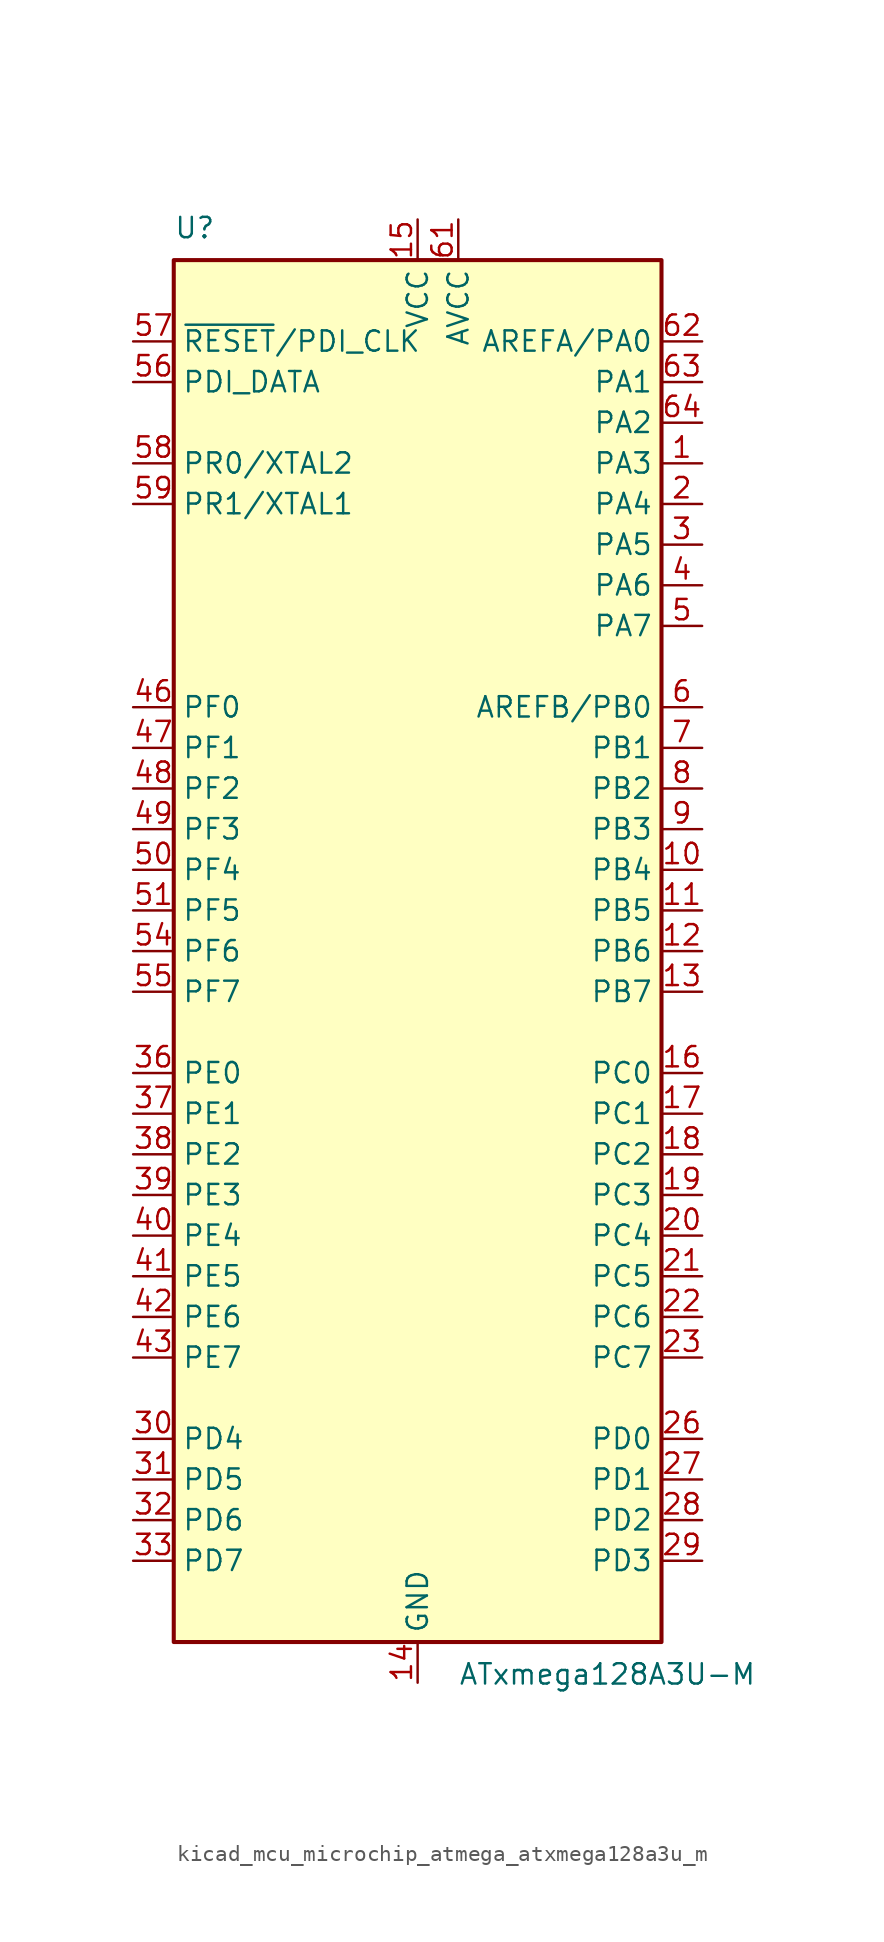
<source format=kicad_sym>
(kicad_symbol_lib
  (version 20220914)
  (generator kicad_symbol_editor)
  (symbol "kicad_mcu_microchip_atmega_atxmega128a3u_m"
    (property "Reference" "U"
      (at -15.24 44.45 0)
      (effects (font (size 1.27 1.27)) (justify left bottom)))
    (property "Value" "ATxmega128A3U-M"
      (at 2.54 -44.45 0)
      (effects (font (size 1.27 1.27)) (justify left top)))
    (symbol "kicad_mcu_microchip_atmega_atxmega128a3u_m_0_1"
      (rectangle (start -15.24 -43.18) (end 15.24 43.18) (stroke (width 0.254) (type default)) (fill (type background))))
    (symbol "kicad_mcu_microchip_atmega_atxmega128a3u_m_1_1"
      (pin bidirectional line (at 17.78 30.48 180) (length 2.54) (name "PA3" (effects (font (size 1.27 1.27)))) (number "1" (effects (font (size 1.27 1.27)))))
      (pin bidirectional line (at 17.78 5.08 180) (length 2.54) (name "PB4" (effects (font (size 1.27 1.27)))) (number "10" (effects (font (size 1.27 1.27)))))
      (pin bidirectional line (at 17.78 2.54 180) (length 2.54) (name "PB5" (effects (font (size 1.27 1.27)))) (number "11" (effects (font (size 1.27 1.27)))))
      (pin bidirectional line (at 17.78 0 180) (length 2.54) (name "PB6" (effects (font (size 1.27 1.27)))) (number "12" (effects (font (size 1.27 1.27)))))
      (pin bidirectional line (at 17.78 -2.54 180) (length 2.54) (name "PB7" (effects (font (size 1.27 1.27)))) (number "13" (effects (font (size 1.27 1.27)))))
      (pin power_in line (at 0 -45.72 90) (length 2.54) (name "GND" (effects (font (size 1.27 1.27)))) (number "14" (effects (font (size 1.27 1.27)))))
      (pin power_in line (at 0 45.72 270) (length 2.54) (name "VCC" (effects (font (size 1.27 1.27)))) (number "15" (effects (font (size 1.27 1.27)))))
      (pin bidirectional line (at 17.78 -7.62 180) (length 2.54) (name "PC0" (effects (font (size 1.27 1.27)))) (number "16" (effects (font (size 1.27 1.27)))))
      (pin bidirectional line (at 17.78 -10.16 180) (length 2.54) (name "PC1" (effects (font (size 1.27 1.27)))) (number "17" (effects (font (size 1.27 1.27)))))
      (pin bidirectional line (at 17.78 -12.7 180) (length 2.54) (name "PC2" (effects (font (size 1.27 1.27)))) (number "18" (effects (font (size 1.27 1.27)))))
      (pin bidirectional line (at 17.78 -15.24 180) (length 2.54) (name "PC3" (effects (font (size 1.27 1.27)))) (number "19" (effects (font (size 1.27 1.27)))))
      (pin bidirectional line (at 17.78 27.94 180) (length 2.54) (name "PA4" (effects (font (size 1.27 1.27)))) (number "2" (effects (font (size 1.27 1.27)))))
      (pin bidirectional line (at 17.78 -17.78 180) (length 2.54) (name "PC4" (effects (font (size 1.27 1.27)))) (number "20" (effects (font (size 1.27 1.27)))))
      (pin bidirectional line (at 17.78 -20.32 180) (length 2.54) (name "PC5" (effects (font (size 1.27 1.27)))) (number "21" (effects (font (size 1.27 1.27)))))
      (pin bidirectional line (at 17.78 -22.86 180) (length 2.54) (name "PC6" (effects (font (size 1.27 1.27)))) (number "22" (effects (font (size 1.27 1.27)))))
      (pin bidirectional line (at 17.78 -25.4 180) (length 2.54) (name "PC7" (effects (font (size 1.27 1.27)))) (number "23" (effects (font (size 1.27 1.27)))))
      (pin passive line (at 0 -45.72 90) (length 2.54) hide (name "GND" (effects (font (size 1.27 1.27)))) (number "24" (effects (font (size 1.27 1.27)))))
      (pin passive line (at 0 45.72 270) (length 2.54) hide (name "VCC" (effects (font (size 1.27 1.27)))) (number "25" (effects (font (size 1.27 1.27)))))
      (pin bidirectional line (at 17.78 -30.48 180) (length 2.54) (name "PD0" (effects (font (size 1.27 1.27)))) (number "26" (effects (font (size 1.27 1.27)))))
      (pin bidirectional line (at 17.78 -33.02 180) (length 2.54) (name "PD1" (effects (font (size 1.27 1.27)))) (number "27" (effects (font (size 1.27 1.27)))))
      (pin bidirectional line (at 17.78 -35.56 180) (length 2.54) (name "PD2" (effects (font (size 1.27 1.27)))) (number "28" (effects (font (size 1.27 1.27)))))
      (pin bidirectional line (at 17.78 -38.1 180) (length 2.54) (name "PD3" (effects (font (size 1.27 1.27)))) (number "29" (effects (font (size 1.27 1.27)))))
      (pin bidirectional line (at 17.78 25.4 180) (length 2.54) (name "PA5" (effects (font (size 1.27 1.27)))) (number "3" (effects (font (size 1.27 1.27)))))
      (pin bidirectional line (at -17.78 -30.48 0) (length 2.54) (name "PD4" (effects (font (size 1.27 1.27)))) (number "30" (effects (font (size 1.27 1.27)))))
      (pin bidirectional line (at -17.78 -33.02 0) (length 2.54) (name "PD5" (effects (font (size 1.27 1.27)))) (number "31" (effects (font (size 1.27 1.27)))))
      (pin bidirectional line (at -17.78 -35.56 0) (length 2.54) (name "PD6" (effects (font (size 1.27 1.27)))) (number "32" (effects (font (size 1.27 1.27)))))
      (pin bidirectional line (at -17.78 -38.1 0) (length 2.54) (name "PD7" (effects (font (size 1.27 1.27)))) (number "33" (effects (font (size 1.27 1.27)))))
      (pin passive line (at 0 -45.72 90) (length 2.54) hide (name "GND" (effects (font (size 1.27 1.27)))) (number "34" (effects (font (size 1.27 1.27)))))
      (pin passive line (at 0 45.72 270) (length 2.54) hide (name "VCC" (effects (font (size 1.27 1.27)))) (number "35" (effects (font (size 1.27 1.27)))))
      (pin bidirectional line (at -17.78 -7.62 0) (length 2.54) (name "PE0" (effects (font (size 1.27 1.27)))) (number "36" (effects (font (size 1.27 1.27)))))
      (pin bidirectional line (at -17.78 -10.16 0) (length 2.54) (name "PE1" (effects (font (size 1.27 1.27)))) (number "37" (effects (font (size 1.27 1.27)))))
      (pin bidirectional line (at -17.78 -12.7 0) (length 2.54) (name "PE2" (effects (font (size 1.27 1.27)))) (number "38" (effects (font (size 1.27 1.27)))))
      (pin bidirectional line (at -17.78 -15.24 0) (length 2.54) (name "PE3" (effects (font (size 1.27 1.27)))) (number "39" (effects (font (size 1.27 1.27)))))
      (pin bidirectional line (at 17.78 22.86 180) (length 2.54) (name "PA6" (effects (font (size 1.27 1.27)))) (number "4" (effects (font (size 1.27 1.27)))))
      (pin bidirectional line (at -17.78 -17.78 0) (length 2.54) (name "PE4" (effects (font (size 1.27 1.27)))) (number "40" (effects (font (size 1.27 1.27)))))
      (pin bidirectional line (at -17.78 -20.32 0) (length 2.54) (name "PE5" (effects (font (size 1.27 1.27)))) (number "41" (effects (font (size 1.27 1.27)))))
      (pin bidirectional line (at -17.78 -22.86 0) (length 2.54) (name "PE6" (effects (font (size 1.27 1.27)))) (number "42" (effects (font (size 1.27 1.27)))))
      (pin bidirectional line (at -17.78 -25.4 0) (length 2.54) (name "PE7" (effects (font (size 1.27 1.27)))) (number "43" (effects (font (size 1.27 1.27)))))
      (pin passive line (at 0 -45.72 90) (length 2.54) hide (name "GND" (effects (font (size 1.27 1.27)))) (number "44" (effects (font (size 1.27 1.27)))))
      (pin passive line (at 0 45.72 270) (length 2.54) hide (name "VCC" (effects (font (size 1.27 1.27)))) (number "45" (effects (font (size 1.27 1.27)))))
      (pin bidirectional line (at -17.78 15.24 0) (length 2.54) (name "PF0" (effects (font (size 1.27 1.27)))) (number "46" (effects (font (size 1.27 1.27)))))
      (pin bidirectional line (at -17.78 12.7 0) (length 2.54) (name "PF1" (effects (font (size 1.27 1.27)))) (number "47" (effects (font (size 1.27 1.27)))))
      (pin bidirectional line (at -17.78 10.16 0) (length 2.54) (name "PF2" (effects (font (size 1.27 1.27)))) (number "48" (effects (font (size 1.27 1.27)))))
      (pin bidirectional line (at -17.78 7.62 0) (length 2.54) (name "PF3" (effects (font (size 1.27 1.27)))) (number "49" (effects (font (size 1.27 1.27)))))
      (pin bidirectional line (at 17.78 20.32 180) (length 2.54) (name "PA7" (effects (font (size 1.27 1.27)))) (number "5" (effects (font (size 1.27 1.27)))))
      (pin bidirectional line (at -17.78 5.08 0) (length 2.54) (name "PF4" (effects (font (size 1.27 1.27)))) (number "50" (effects (font (size 1.27 1.27)))))
      (pin bidirectional line (at -17.78 2.54 0) (length 2.54) (name "PF5" (effects (font (size 1.27 1.27)))) (number "51" (effects (font (size 1.27 1.27)))))
      (pin passive line (at 0 -45.72 90) (length 2.54) hide (name "GND" (effects (font (size 1.27 1.27)))) (number "52" (effects (font (size 1.27 1.27)))))
      (pin passive line (at 0 45.72 270) (length 2.54) hide (name "VCC" (effects (font (size 1.27 1.27)))) (number "53" (effects (font (size 1.27 1.27)))))
      (pin bidirectional line (at -17.78 0 0) (length 2.54) (name "PF6" (effects (font (size 1.27 1.27)))) (number "54" (effects (font (size 1.27 1.27)))))
      (pin bidirectional line (at -17.78 -2.54 0) (length 2.54) (name "PF7" (effects (font (size 1.27 1.27)))) (number "55" (effects (font (size 1.27 1.27)))))
      (pin bidirectional line (at -17.78 35.56 0) (length 2.54) (name "PDI_DATA" (effects (font (size 1.27 1.27)))) (number "56" (effects (font (size 1.27 1.27)))))
      (pin input line (at -17.78 38.1 0) (length 2.54) (name "~{RESET}/PDI_CLK" (effects (font (size 1.27 1.27)))) (number "57" (effects (font (size 1.27 1.27)))))
      (pin bidirectional line (at -17.78 30.48 0) (length 2.54) (name "PR0/XTAL2" (effects (font (size 1.27 1.27)))) (number "58" (effects (font (size 1.27 1.27)))))
      (pin bidirectional line (at -17.78 27.94 0) (length 2.54) (name "PR1/XTAL1" (effects (font (size 1.27 1.27)))) (number "59" (effects (font (size 1.27 1.27)))))
      (pin bidirectional line (at 17.78 15.24 180) (length 2.54) (name "AREFB/PB0" (effects (font (size 1.27 1.27)))) (number "6" (effects (font (size 1.27 1.27)))))
      (pin passive line (at 0 -45.72 90) (length 2.54) hide (name "GND" (effects (font (size 1.27 1.27)))) (number "60" (effects (font (size 1.27 1.27)))))
      (pin power_in line (at 2.54 45.72 270) (length 2.54) (name "AVCC" (effects (font (size 1.27 1.27)))) (number "61" (effects (font (size 1.27 1.27)))))
      (pin bidirectional line (at 17.78 38.1 180) (length 2.54) (name "AREFA/PA0" (effects (font (size 1.27 1.27)))) (number "62" (effects (font (size 1.27 1.27)))))
      (pin bidirectional line (at 17.78 35.56 180) (length 2.54) (name "PA1" (effects (font (size 1.27 1.27)))) (number "63" (effects (font (size 1.27 1.27)))))
      (pin bidirectional line (at 17.78 33.02 180) (length 2.54) (name "PA2" (effects (font (size 1.27 1.27)))) (number "64" (effects (font (size 1.27 1.27)))))
      (pin passive line (at 0 -45.72 90) (length 2.54) hide (name "GND" (effects (font (size 1.27 1.27)))) (number "65" (effects (font (size 1.27 1.27)))))
      (pin bidirectional line (at 17.78 12.7 180) (length 2.54) (name "PB1" (effects (font (size 1.27 1.27)))) (number "7" (effects (font (size 1.27 1.27)))))
      (pin bidirectional line (at 17.78 10.16 180) (length 2.54) (name "PB2" (effects (font (size 1.27 1.27)))) (number "8" (effects (font (size 1.27 1.27)))))
      (pin bidirectional line (at 17.78 7.62 180) (length 2.54) (name "PB3" (effects (font (size 1.27 1.27)))) (number "9" (effects (font (size 1.27 1.27))))))))
</source>
